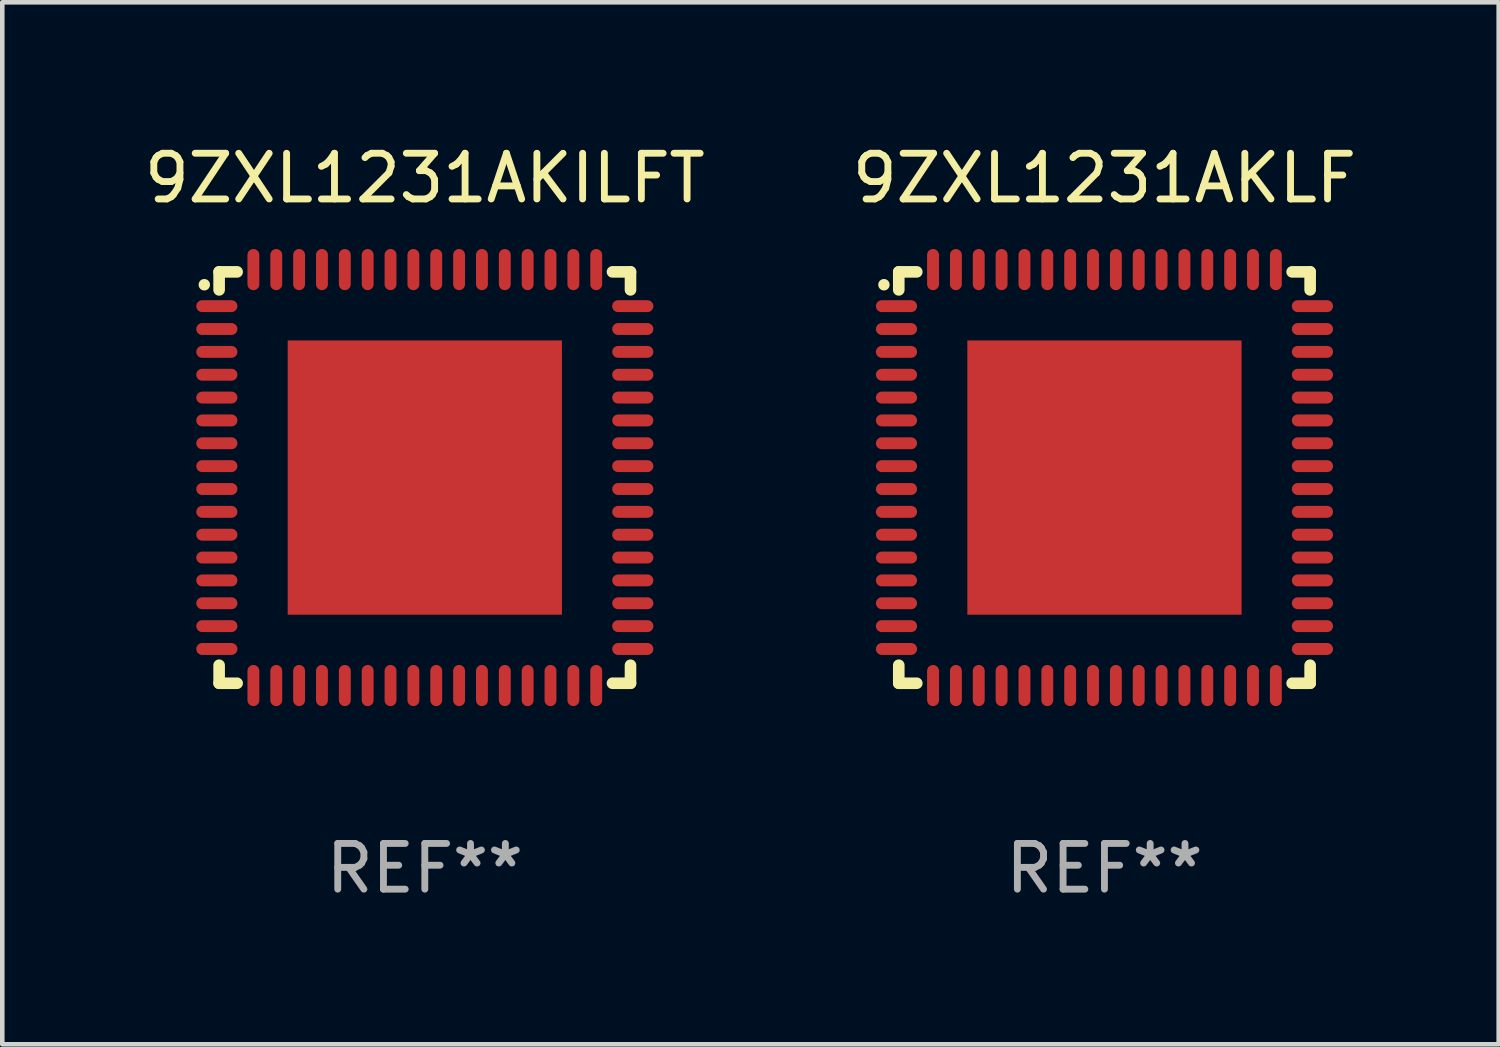
<source format=kicad_pcb>
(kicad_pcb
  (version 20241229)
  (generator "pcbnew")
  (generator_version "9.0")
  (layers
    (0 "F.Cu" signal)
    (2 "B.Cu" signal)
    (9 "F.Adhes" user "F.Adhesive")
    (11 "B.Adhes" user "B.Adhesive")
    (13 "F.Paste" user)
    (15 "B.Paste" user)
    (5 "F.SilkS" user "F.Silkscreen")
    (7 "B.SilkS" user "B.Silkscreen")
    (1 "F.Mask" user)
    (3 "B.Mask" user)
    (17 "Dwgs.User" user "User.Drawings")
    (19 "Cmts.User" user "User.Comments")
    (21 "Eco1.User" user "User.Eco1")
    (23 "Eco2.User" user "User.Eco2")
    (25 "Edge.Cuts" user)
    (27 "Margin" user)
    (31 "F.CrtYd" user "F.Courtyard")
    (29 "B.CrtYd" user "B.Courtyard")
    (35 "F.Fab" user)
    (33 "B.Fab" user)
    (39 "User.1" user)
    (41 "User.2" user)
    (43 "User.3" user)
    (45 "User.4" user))
  (footprint "9ZXL1231AKLF"
    (layer "F.Cu")
    (at 21.113 7.398)
    (property "Reference" "9ZXL1231AKLF" (at 0 -6.55 0) (layer "F.SilkS") (effects (font (size 1 1) (thickness 0.15))))
    (attr through_hole)
    (fp_line (start -4.5 -4.5) (end -4.106 -4.5) (stroke (width 0.254) (type solid)) (layer "F.SilkS"))
    (fp_line (start -4.5 -4.106) (end -4.5 -4.5) (stroke (width 0.254) (type solid)) (layer "F.SilkS"))
    (fp_line (start -4.5 4.5) (end -4.5 4.106) (stroke (width 0.254) (type solid)) (layer "F.SilkS"))
    (fp_line (start -4.106 4.5) (end -4.5 4.5) (stroke (width 0.254) (type solid)) (layer "F.SilkS"))
    (fp_line (start 4.106 -4.5) (end 4.5 -4.5) (stroke (width 0.254) (type solid)) (layer "F.SilkS"))
    (fp_line (start 4.5 -4.5) (end 4.5 -4.106) (stroke (width 0.254) (type solid)) (layer "F.SilkS"))
    (fp_line (start 4.5 4.106) (end 4.5 4.5) (stroke (width 0.254) (type solid)) (layer "F.SilkS"))
    (fp_line (start 4.5 4.5) (end 4.106 4.5) (stroke (width 0.254) (type solid)) (layer "F.SilkS"))
    (fp_arc (start -4.824308 -4.217501) (mid -4.824314 -4.218771) (end -4.824308 -4.220041) (stroke (width 0.24892) (type solid)) (layer "F.SilkS"))
    (fp_text user "REF**" (at 0 8.55 0) (layer "F.Fab") (effects (font (size 1 1) (thickness 0.15))))
    (pad "1" smd oval (at -4.55 -3.75) (size 0.9 0.26) (layers "F.Cu" "F.Mask" "F.Paste"))
    (pad "2" smd oval (at -4.55 -3.25) (size 0.9 0.26) (layers "F.Cu" "F.Mask" "F.Paste"))
    (pad "3" smd oval (at -4.55 -2.75) (size 0.9 0.26) (layers "F.Cu" "F.Mask" "F.Paste"))
    (pad "4" smd oval (at -4.55 -2.25) (size 0.9 0.26) (layers "F.Cu" "F.Mask" "F.Paste"))
    (pad "5" smd oval (at -4.55 -1.75) (size 0.9 0.26) (layers "F.Cu" "F.Mask" "F.Paste"))
    (pad "6" smd oval (at -4.55 -1.25) (size 0.9 0.26) (layers "F.Cu" "F.Mask" "F.Paste"))
    (pad "7" smd oval (at -4.55 -0.75) (size 0.9 0.26) (layers "F.Cu" "F.Mask" "F.Paste"))
    (pad "8" smd oval (at -4.55 -0.25) (size 0.9 0.26) (layers "F.Cu" "F.Mask" "F.Paste"))
    (pad "9" smd oval (at -4.55 0.25) (size 0.9 0.26) (layers "F.Cu" "F.Mask" "F.Paste"))
    (pad "10" smd oval (at -4.55 0.75) (size 0.9 0.26) (layers "F.Cu" "F.Mask" "F.Paste"))
    (pad "11" smd oval (at -4.55 1.25) (size 0.9 0.26) (layers "F.Cu" "F.Mask" "F.Paste"))
    (pad "12" smd oval (at -4.55 1.75) (size 0.9 0.26) (layers "F.Cu" "F.Mask" "F.Paste"))
    (pad "13" smd oval (at -4.55 2.25) (size 0.9 0.26) (layers "F.Cu" "F.Mask" "F.Paste"))
    (pad "14" smd oval (at -4.55 2.75) (size 0.9 0.26) (layers "F.Cu" "F.Mask" "F.Paste"))
    (pad "15" smd oval (at -4.55 3.25) (size 0.9 0.26) (layers "F.Cu" "F.Mask" "F.Paste"))
    (pad "16" smd oval (at -4.55 3.75) (size 0.9 0.26) (layers "F.Cu" "F.Mask" "F.Paste"))
    (pad "17" smd oval (at -3.75 4.55) (size 0.26 0.9) (layers "F.Cu" "F.Mask" "F.Paste"))
    (pad "18" smd oval (at -3.25 4.55) (size 0.26 0.9) (layers "F.Cu" "F.Mask" "F.Paste"))
    (pad "19" smd oval (at -2.75 4.55) (size 0.26 0.9) (layers "F.Cu" "F.Mask" "F.Paste"))
    (pad "20" smd oval (at -2.25 4.55) (size 0.26 0.9) (layers "F.Cu" "F.Mask" "F.Paste"))
    (pad "21" smd oval (at -1.75 4.55) (size 0.26 0.9) (layers "F.Cu" "F.Mask" "F.Paste"))
    (pad "22" smd oval (at -1.25 4.55) (size 0.26 0.9) (layers "F.Cu" "F.Mask" "F.Paste"))
    (pad "23" smd oval (at -0.75 4.55) (size 0.26 0.9) (layers "F.Cu" "F.Mask" "F.Paste"))
    (pad "24" smd oval (at -0.25 4.55) (size 0.26 0.9) (layers "F.Cu" "F.Mask" "F.Paste"))
    (pad "25" smd oval (at 0.25 4.55) (size 0.26 0.9) (layers "F.Cu" "F.Mask" "F.Paste"))
    (pad "26" smd oval (at 0.75 4.55) (size 0.26 0.9) (layers "F.Cu" "F.Mask" "F.Paste"))
    (pad "27" smd oval (at 1.25 4.55) (size 0.26 0.9) (layers "F.Cu" "F.Mask" "F.Paste"))
    (pad "28" smd oval (at 1.75 4.55) (size 0.26 0.9) (layers "F.Cu" "F.Mask" "F.Paste"))
    (pad "29" smd oval (at 2.25 4.55) (size 0.26 0.9) (layers "F.Cu" "F.Mask" "F.Paste"))
    (pad "30" smd oval (at 2.75 4.55) (size 0.26 0.9) (layers "F.Cu" "F.Mask" "F.Paste"))
    (pad "31" smd oval (at 3.25 4.55) (size 0.26 0.9) (layers "F.Cu" "F.Mask" "F.Paste"))
    (pad "32" smd oval (at 3.75 4.55) (size 0.26 0.9) (layers "F.Cu" "F.Mask" "F.Paste"))
    (pad "33" smd oval (at 4.55 3.75) (size 0.9 0.26) (layers "F.Cu" "F.Mask" "F.Paste"))
    (pad "34" smd oval (at 4.55 3.25) (size 0.9 0.26) (layers "F.Cu" "F.Mask" "F.Paste"))
    (pad "35" smd oval (at 4.55 2.75) (size 0.9 0.26) (layers "F.Cu" "F.Mask" "F.Paste"))
    (pad "36" smd oval (at 4.55 2.25) (size 0.9 0.26) (layers "F.Cu" "F.Mask" "F.Paste"))
    (pad "37" smd oval (at 4.55 1.75) (size 0.9 0.26) (layers "F.Cu" "F.Mask" "F.Paste"))
    (pad "38" smd oval (at 4.55 1.25) (size 0.9 0.26) (layers "F.Cu" "F.Mask" "F.Paste"))
    (pad "39" smd oval (at 4.55 0.75) (size 0.9 0.26) (layers "F.Cu" "F.Mask" "F.Paste"))
    (pad "40" smd oval (at 4.55 0.25) (size 0.9 0.26) (layers "F.Cu" "F.Mask" "F.Paste"))
    (pad "41" smd oval (at 4.55 -0.25) (size 0.9 0.26) (layers "F.Cu" "F.Mask" "F.Paste"))
    (pad "42" smd oval (at 4.55 -0.75) (size 0.9 0.26) (layers "F.Cu" "F.Mask" "F.Paste"))
    (pad "43" smd oval (at 4.55 -1.25) (size 0.9 0.26) (layers "F.Cu" "F.Mask" "F.Paste"))
    (pad "44" smd oval (at 4.55 -1.75) (size 0.9 0.26) (layers "F.Cu" "F.Mask" "F.Paste"))
    (pad "45" smd oval (at 4.55 -2.25) (size 0.9 0.26) (layers "F.Cu" "F.Mask" "F.Paste"))
    (pad "46" smd oval (at 4.55 -2.75) (size 0.9 0.26) (layers "F.Cu" "F.Mask" "F.Paste"))
    (pad "47" smd oval (at 4.55 -3.25) (size 0.9 0.26) (layers "F.Cu" "F.Mask" "F.Paste"))
    (pad "48" smd oval (at 4.55 -3.75) (size 0.9 0.26) (layers "F.Cu" "F.Mask" "F.Paste"))
    (pad "49" smd oval (at 3.75 -4.55) (size 0.26 0.9) (layers "F.Cu" "F.Mask" "F.Paste"))
    (pad "50" smd oval (at 3.25 -4.55) (size 0.26 0.9) (layers "F.Cu" "F.Mask" "F.Paste"))
    (pad "51" smd oval (at 2.75 -4.55) (size 0.26 0.9) (layers "F.Cu" "F.Mask" "F.Paste"))
    (pad "52" smd oval (at 2.25 -4.55) (size 0.26 0.9) (layers "F.Cu" "F.Mask" "F.Paste"))
    (pad "53" smd oval (at 1.75 -4.55) (size 0.26 0.9) (layers "F.Cu" "F.Mask" "F.Paste"))
    (pad "54" smd oval (at 1.25 -4.55) (size 0.26 0.9) (layers "F.Cu" "F.Mask" "F.Paste"))
    (pad "55" smd oval (at 0.75 -4.55) (size 0.26 0.9) (layers "F.Cu" "F.Mask" "F.Paste"))
    (pad "56" smd oval (at 0.25 -4.55) (size 0.26 0.9) (layers "F.Cu" "F.Mask" "F.Paste"))
    (pad "57" smd oval (at -0.25 -4.55) (size 0.26 0.9) (layers "F.Cu" "F.Mask" "F.Paste"))
    (pad "58" smd oval (at -0.75 -4.55) (size 0.26 0.9) (layers "F.Cu" "F.Mask" "F.Paste"))
    (pad "59" smd oval (at -1.25 -4.55) (size 0.26 0.9) (layers "F.Cu" "F.Mask" "F.Paste"))
    (pad "60" smd oval (at -1.75 -4.55) (size 0.26 0.9) (layers "F.Cu" "F.Mask" "F.Paste"))
    (pad "61" smd oval (at -2.25 -4.55) (size 0.26 0.9) (layers "F.Cu" "F.Mask" "F.Paste"))
    (pad "62" smd oval (at -2.75 -4.55) (size 0.26 0.9) (layers "F.Cu" "F.Mask" "F.Paste"))
    (pad "63" smd oval (at -3.25 -4.55) (size 0.26 0.9) (layers "F.Cu" "F.Mask" "F.Paste"))
    (pad "64" smd oval (at -3.75 -4.55) (size 0.26 0.9) (layers "F.Cu" "F.Mask" "F.Paste"))
    (pad "65" smd rect (at 0 0.000381) (size 6 6) (layers "F.Cu" "F.Mask" "F.Paste")))
  (footprint "9ZXL1231AKILFT"
    (layer "F.Cu")
    (at 6.244 7.398)
    (property "Reference" "9ZXL1231AKILFT" (at 0 -6.55 0) (layer "F.SilkS") (effects (font (size 1 1) (thickness 0.15))))
    (attr through_hole)
    (fp_line (start -4.5 -4.5) (end -4.106 -4.5) (stroke (width 0.254) (type solid)) (layer "F.SilkS"))
    (fp_line (start -4.5 -4.106) (end -4.5 -4.5) (stroke (width 0.254) (type solid)) (layer "F.SilkS"))
    (fp_line (start -4.5 4.5) (end -4.5 4.106) (stroke (width 0.254) (type solid)) (layer "F.SilkS"))
    (fp_line (start -4.106 4.5) (end -4.5 4.5) (stroke (width 0.254) (type solid)) (layer "F.SilkS"))
    (fp_line (start 4.106 -4.5) (end 4.5 -4.5) (stroke (width 0.254) (type solid)) (layer "F.SilkS"))
    (fp_line (start 4.5 -4.5) (end 4.5 -4.106) (stroke (width 0.254) (type solid)) (layer "F.SilkS"))
    (fp_line (start 4.5 4.106) (end 4.5 4.5) (stroke (width 0.254) (type solid)) (layer "F.SilkS"))
    (fp_line (start 4.5 4.5) (end 4.106 4.5) (stroke (width 0.254) (type solid)) (layer "F.SilkS"))
    (fp_arc (start -4.824308 -4.217501) (mid -4.824314 -4.218771) (end -4.824308 -4.220041) (stroke (width 0.24892) (type solid)) (layer "F.SilkS"))
    (fp_text user "REF**" (at 0 8.55 0) (layer "F.Fab") (effects (font (size 1 1) (thickness 0.15))))
    (pad "1" smd oval (at -4.55 -3.75) (size 0.9 0.26) (layers "F.Cu" "F.Mask" "F.Paste"))
    (pad "2" smd oval (at -4.55 -3.25) (size 0.9 0.26) (layers "F.Cu" "F.Mask" "F.Paste"))
    (pad "3" smd oval (at -4.55 -2.75) (size 0.9 0.26) (layers "F.Cu" "F.Mask" "F.Paste"))
    (pad "4" smd oval (at -4.55 -2.25) (size 0.9 0.26) (layers "F.Cu" "F.Mask" "F.Paste"))
    (pad "5" smd oval (at -4.55 -1.75) (size 0.9 0.26) (layers "F.Cu" "F.Mask" "F.Paste"))
    (pad "6" smd oval (at -4.55 -1.25) (size 0.9 0.26) (layers "F.Cu" "F.Mask" "F.Paste"))
    (pad "7" smd oval (at -4.55 -0.75) (size 0.9 0.26) (layers "F.Cu" "F.Mask" "F.Paste"))
    (pad "8" smd oval (at -4.55 -0.25) (size 0.9 0.26) (layers "F.Cu" "F.Mask" "F.Paste"))
    (pad "9" smd oval (at -4.55 0.25) (size 0.9 0.26) (layers "F.Cu" "F.Mask" "F.Paste"))
    (pad "10" smd oval (at -4.55 0.75) (size 0.9 0.26) (layers "F.Cu" "F.Mask" "F.Paste"))
    (pad "11" smd oval (at -4.55 1.25) (size 0.9 0.26) (layers "F.Cu" "F.Mask" "F.Paste"))
    (pad "12" smd oval (at -4.55 1.75) (size 0.9 0.26) (layers "F.Cu" "F.Mask" "F.Paste"))
    (pad "13" smd oval (at -4.55 2.25) (size 0.9 0.26) (layers "F.Cu" "F.Mask" "F.Paste"))
    (pad "14" smd oval (at -4.55 2.75) (size 0.9 0.26) (layers "F.Cu" "F.Mask" "F.Paste"))
    (pad "15" smd oval (at -4.55 3.25) (size 0.9 0.26) (layers "F.Cu" "F.Mask" "F.Paste"))
    (pad "16" smd oval (at -4.55 3.75) (size 0.9 0.26) (layers "F.Cu" "F.Mask" "F.Paste"))
    (pad "17" smd oval (at -3.75 4.55) (size 0.26 0.9) (layers "F.Cu" "F.Mask" "F.Paste"))
    (pad "18" smd oval (at -3.25 4.55) (size 0.26 0.9) (layers "F.Cu" "F.Mask" "F.Paste"))
    (pad "19" smd oval (at -2.75 4.55) (size 0.26 0.9) (layers "F.Cu" "F.Mask" "F.Paste"))
    (pad "20" smd oval (at -2.25 4.55) (size 0.26 0.9) (layers "F.Cu" "F.Mask" "F.Paste"))
    (pad "21" smd oval (at -1.75 4.55) (size 0.26 0.9) (layers "F.Cu" "F.Mask" "F.Paste"))
    (pad "22" smd oval (at -1.25 4.55) (size 0.26 0.9) (layers "F.Cu" "F.Mask" "F.Paste"))
    (pad "23" smd oval (at -0.75 4.55) (size 0.26 0.9) (layers "F.Cu" "F.Mask" "F.Paste"))
    (pad "24" smd oval (at -0.25 4.55) (size 0.26 0.9) (layers "F.Cu" "F.Mask" "F.Paste"))
    (pad "25" smd oval (at 0.25 4.55) (size 0.26 0.9) (layers "F.Cu" "F.Mask" "F.Paste"))
    (pad "26" smd oval (at 0.75 4.55) (size 0.26 0.9) (layers "F.Cu" "F.Mask" "F.Paste"))
    (pad "27" smd oval (at 1.25 4.55) (size 0.26 0.9) (layers "F.Cu" "F.Mask" "F.Paste"))
    (pad "28" smd oval (at 1.75 4.55) (size 0.26 0.9) (layers "F.Cu" "F.Mask" "F.Paste"))
    (pad "29" smd oval (at 2.25 4.55) (size 0.26 0.9) (layers "F.Cu" "F.Mask" "F.Paste"))
    (pad "30" smd oval (at 2.75 4.55) (size 0.26 0.9) (layers "F.Cu" "F.Mask" "F.Paste"))
    (pad "31" smd oval (at 3.25 4.55) (size 0.26 0.9) (layers "F.Cu" "F.Mask" "F.Paste"))
    (pad "32" smd oval (at 3.75 4.55) (size 0.26 0.9) (layers "F.Cu" "F.Mask" "F.Paste"))
    (pad "33" smd oval (at 4.55 3.75) (size 0.9 0.26) (layers "F.Cu" "F.Mask" "F.Paste"))
    (pad "34" smd oval (at 4.55 3.25) (size 0.9 0.26) (layers "F.Cu" "F.Mask" "F.Paste"))
    (pad "35" smd oval (at 4.55 2.75) (size 0.9 0.26) (layers "F.Cu" "F.Mask" "F.Paste"))
    (pad "36" smd oval (at 4.55 2.25) (size 0.9 0.26) (layers "F.Cu" "F.Mask" "F.Paste"))
    (pad "37" smd oval (at 4.55 1.75) (size 0.9 0.26) (layers "F.Cu" "F.Mask" "F.Paste"))
    (pad "38" smd oval (at 4.55 1.25) (size 0.9 0.26) (layers "F.Cu" "F.Mask" "F.Paste"))
    (pad "39" smd oval (at 4.55 0.75) (size 0.9 0.26) (layers "F.Cu" "F.Mask" "F.Paste"))
    (pad "40" smd oval (at 4.55 0.25) (size 0.9 0.26) (layers "F.Cu" "F.Mask" "F.Paste"))
    (pad "41" smd oval (at 4.55 -0.25) (size 0.9 0.26) (layers "F.Cu" "F.Mask" "F.Paste"))
    (pad "42" smd oval (at 4.55 -0.75) (size 0.9 0.26) (layers "F.Cu" "F.Mask" "F.Paste"))
    (pad "43" smd oval (at 4.55 -1.25) (size 0.9 0.26) (layers "F.Cu" "F.Mask" "F.Paste"))
    (pad "44" smd oval (at 4.55 -1.75) (size 0.9 0.26) (layers "F.Cu" "F.Mask" "F.Paste"))
    (pad "45" smd oval (at 4.55 -2.25) (size 0.9 0.26) (layers "F.Cu" "F.Mask" "F.Paste"))
    (pad "46" smd oval (at 4.55 -2.75) (size 0.9 0.26) (layers "F.Cu" "F.Mask" "F.Paste"))
    (pad "47" smd oval (at 4.55 -3.25) (size 0.9 0.26) (layers "F.Cu" "F.Mask" "F.Paste"))
    (pad "48" smd oval (at 4.55 -3.75) (size 0.9 0.26) (layers "F.Cu" "F.Mask" "F.Paste"))
    (pad "49" smd oval (at 3.75 -4.55) (size 0.26 0.9) (layers "F.Cu" "F.Mask" "F.Paste"))
    (pad "50" smd oval (at 3.25 -4.55) (size 0.26 0.9) (layers "F.Cu" "F.Mask" "F.Paste"))
    (pad "51" smd oval (at 2.75 -4.55) (size 0.26 0.9) (layers "F.Cu" "F.Mask" "F.Paste"))
    (pad "52" smd oval (at 2.25 -4.55) (size 0.26 0.9) (layers "F.Cu" "F.Mask" "F.Paste"))
    (pad "53" smd oval (at 1.75 -4.55) (size 0.26 0.9) (layers "F.Cu" "F.Mask" "F.Paste"))
    (pad "54" smd oval (at 1.25 -4.55) (size 0.26 0.9) (layers "F.Cu" "F.Mask" "F.Paste"))
    (pad "55" smd oval (at 0.75 -4.55) (size 0.26 0.9) (layers "F.Cu" "F.Mask" "F.Paste"))
    (pad "56" smd oval (at 0.25 -4.55) (size 0.26 0.9) (layers "F.Cu" "F.Mask" "F.Paste"))
    (pad "57" smd oval (at -0.25 -4.55) (size 0.26 0.9) (layers "F.Cu" "F.Mask" "F.Paste"))
    (pad "58" smd oval (at -0.75 -4.55) (size 0.26 0.9) (layers "F.Cu" "F.Mask" "F.Paste"))
    (pad "59" smd oval (at -1.25 -4.55) (size 0.26 0.9) (layers "F.Cu" "F.Mask" "F.Paste"))
    (pad "60" smd oval (at -1.75 -4.55) (size 0.26 0.9) (layers "F.Cu" "F.Mask" "F.Paste"))
    (pad "61" smd oval (at -2.25 -4.55) (size 0.26 0.9) (layers "F.Cu" "F.Mask" "F.Paste"))
    (pad "62" smd oval (at -2.75 -4.55) (size 0.26 0.9) (layers "F.Cu" "F.Mask" "F.Paste"))
    (pad "63" smd oval (at -3.25 -4.55) (size 0.26 0.9) (layers "F.Cu" "F.Mask" "F.Paste"))
    (pad "64" smd oval (at -3.75 -4.55) (size 0.26 0.9) (layers "F.Cu" "F.Mask" "F.Paste"))
    (pad "65" smd rect (at 0 0.000381) (size 6 6) (layers "F.Cu" "F.Mask" "F.Paste")))
  (gr_rect
    (start -3 -3)
    (end 29.738 19.797)
    (stroke (width 0.1) (type default))
    (fill no)
    (layer "Edge.Cuts")))
</source>
